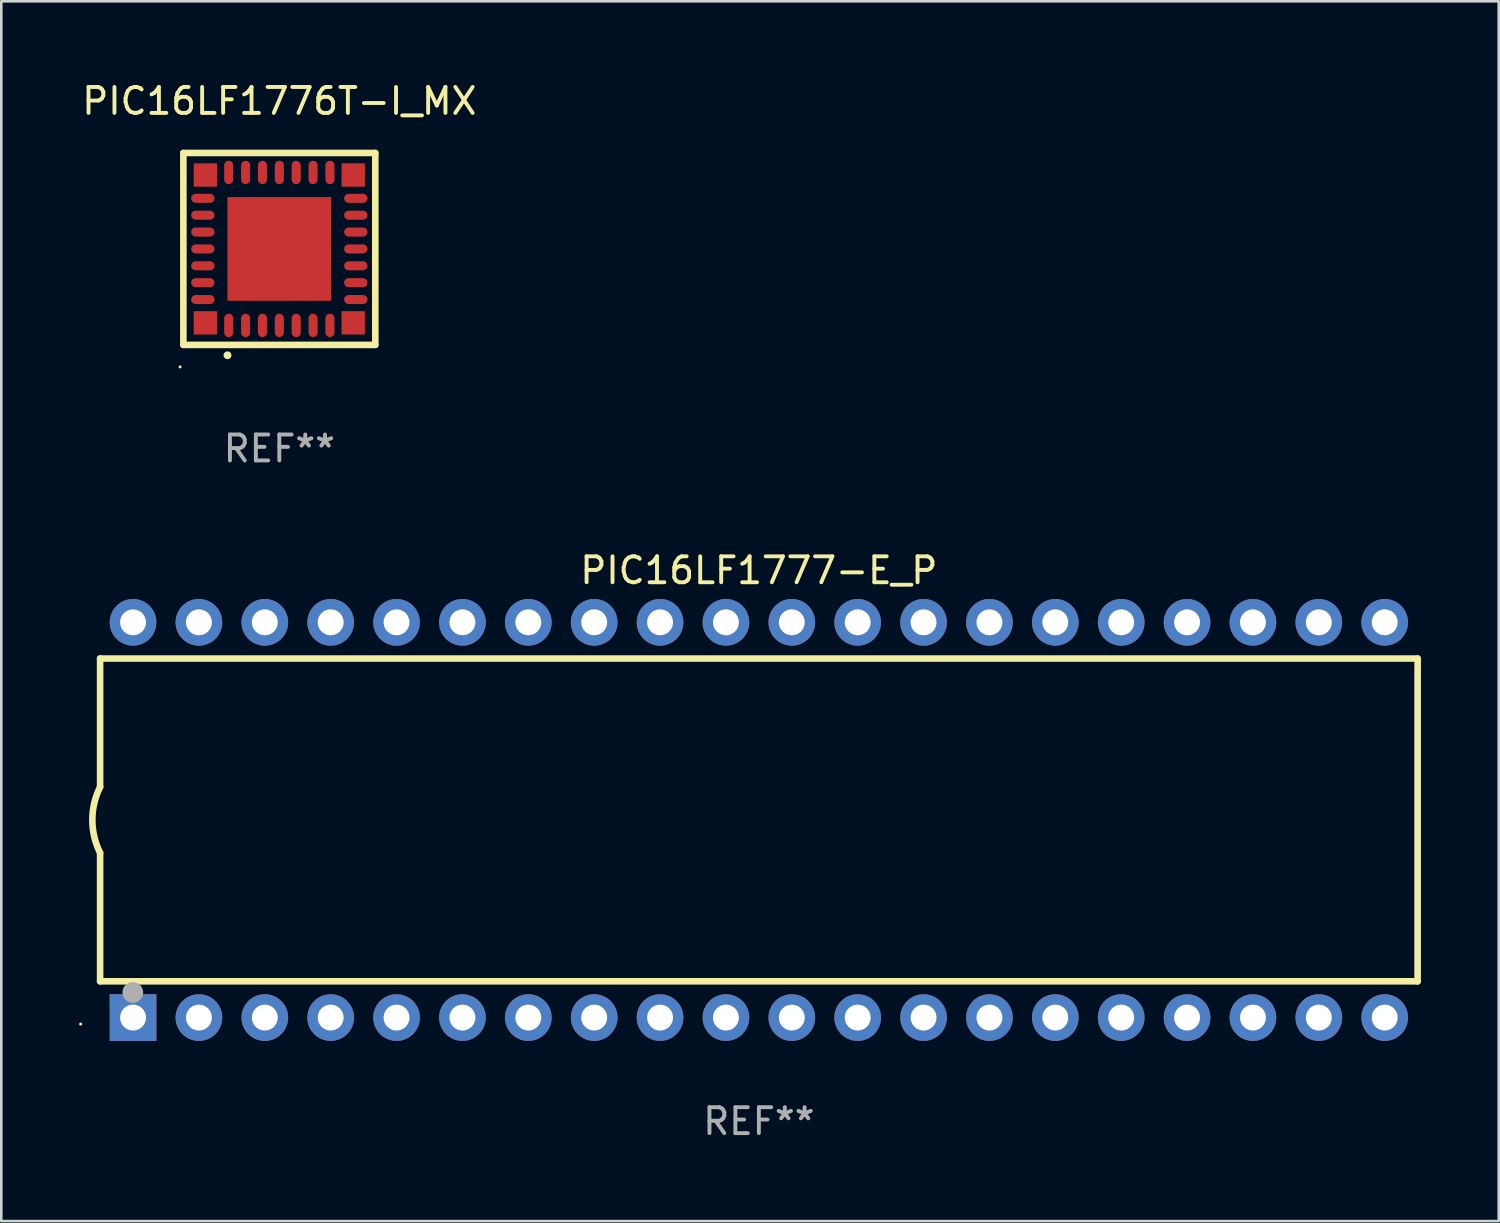
<source format=kicad_pcb>
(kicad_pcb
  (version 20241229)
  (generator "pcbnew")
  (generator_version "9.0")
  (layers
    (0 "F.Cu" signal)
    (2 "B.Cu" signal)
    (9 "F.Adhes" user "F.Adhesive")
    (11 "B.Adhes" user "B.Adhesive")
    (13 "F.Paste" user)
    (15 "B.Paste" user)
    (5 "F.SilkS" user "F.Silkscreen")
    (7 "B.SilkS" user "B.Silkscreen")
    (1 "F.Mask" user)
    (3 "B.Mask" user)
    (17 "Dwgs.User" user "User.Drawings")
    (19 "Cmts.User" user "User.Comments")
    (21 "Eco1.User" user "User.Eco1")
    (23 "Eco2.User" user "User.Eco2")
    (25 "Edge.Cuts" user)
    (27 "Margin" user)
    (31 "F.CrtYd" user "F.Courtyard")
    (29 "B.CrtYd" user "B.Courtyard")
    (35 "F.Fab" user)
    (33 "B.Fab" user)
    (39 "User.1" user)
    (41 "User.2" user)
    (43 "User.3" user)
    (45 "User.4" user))
  (footprint "PIC16LF1777-E_P"
    (layer "F.Cu")
    (at 26.21 28.565)
    (property "Reference" "PIC16LF1777-E_P" (at 0 -9.62 0) (layer "F.SilkS") (effects (font (size 1 1) (thickness 0.15))))
    (attr through_hole)
    (fp_line (start -25.4 -6.224) (end -25.4 -1.271) (stroke (width 0.254) (type solid)) (layer "F.SilkS"))
    (fp_line (start -25.4 -6.224) (end 25.4 -6.224) (stroke (width 0.254) (type solid)) (layer "F.SilkS"))
    (fp_line (start -25.4 1.269) (end -25.4 6.222) (stroke (width 0.254) (type solid)) (layer "F.SilkS"))
    (fp_line (start -25.4 6.222) (end 25.4 6.222) (stroke (width 0.254) (type solid)) (layer "F.SilkS"))
    (fp_line (start 25.4 6.222) (end 25.4 -6.224) (stroke (width 0.254) (type solid)) (layer "F.SilkS"))
    (fp_arc (start -25.4 1.269241) (mid -25.699807 -0.000762) (end -25.4 -1.270765) (stroke (width 0.254001) (type solid)) (layer "F.SilkS"))
    (fp_circle (center -26.15 7.87) (end -26.12 7.87) (stroke (width 0.06) (type solid)) (fill no) (layer "F.SilkS"))
    (fp_circle (center -24.14 6.65) (end -23.94 6.65) (stroke (width 0.4) (type solid)) (fill no) (layer "F.Fab"))
    (fp_text user "REF**" (at 0 11.62 0) (layer "F.Fab") (effects (font (size 1 1) (thickness 0.15))))
    (pad "1" thru_hole rect (at -24.13 7.62 90) (size 1.8 1.8) (drill 1) (layers "*.Cu" "*.Mask"))
    (pad "2" thru_hole circle (at -21.59 7.62) (size 1.8 1.8) (drill 1) (layers "*.Cu" "*.Mask"))
    (pad "3" thru_hole circle (at -19.05 7.62) (size 1.8 1.8) (drill 1) (layers "*.Cu" "*.Mask"))
    (pad "4" thru_hole circle (at -16.51 7.62) (size 1.8 1.8) (drill 1) (layers "*.Cu" "*.Mask"))
    (pad "5" thru_hole circle (at -13.97 7.62) (size 1.8 1.8) (drill 1) (layers "*.Cu" "*.Mask"))
    (pad "6" thru_hole circle (at -11.43 7.62) (size 1.8 1.8) (drill 1) (layers "*.Cu" "*.Mask"))
    (pad "7" thru_hole circle (at -8.89 7.62) (size 1.8 1.8) (drill 1) (layers "*.Cu" "*.Mask"))
    (pad "8" thru_hole circle (at -6.35 7.62) (size 1.8 1.8) (drill 1) (layers "*.Cu" "*.Mask"))
    (pad "9" thru_hole circle (at -3.81 7.62) (size 1.8 1.8) (drill 1) (layers "*.Cu" "*.Mask"))
    (pad "10" thru_hole circle (at -1.27 7.62) (size 1.8 1.8) (drill 1) (layers "*.Cu" "*.Mask"))
    (pad "11" thru_hole circle (at 1.27 7.62) (size 1.8 1.8) (drill 1) (layers "*.Cu" "*.Mask"))
    (pad "12" thru_hole circle (at 3.81 7.62) (size 1.8 1.8) (drill 1) (layers "*.Cu" "*.Mask"))
    (pad "13" thru_hole circle (at 6.35 7.62) (size 1.8 1.8) (drill 1) (layers "*.Cu" "*.Mask"))
    (pad "14" thru_hole circle (at 8.89 7.62) (size 1.8 1.8) (drill 1) (layers "*.Cu" "*.Mask"))
    (pad "15" thru_hole circle (at 11.43 7.62) (size 1.8 1.8) (drill 1) (layers "*.Cu" "*.Mask"))
    (pad "16" thru_hole circle (at 13.97 7.62) (size 1.8 1.8) (drill 1) (layers "*.Cu" "*.Mask"))
    (pad "17" thru_hole circle (at 16.51 7.62) (size 1.8 1.8) (drill 1) (layers "*.Cu" "*.Mask"))
    (pad "18" thru_hole circle (at 19.05 7.62) (size 1.8 1.8) (drill 1) (layers "*.Cu" "*.Mask"))
    (pad "19" thru_hole circle (at 21.59 7.62) (size 1.8 1.8) (drill 1) (layers "*.Cu" "*.Mask"))
    (pad "20" thru_hole circle (at 24.13 7.62) (size 1.8 1.8) (drill 1) (layers "*.Cu" "*.Mask"))
    (pad "21" thru_hole circle (at 24.13 -7.62) (size 1.8 1.8) (drill 1) (layers "*.Cu" "*.Mask"))
    (pad "22" thru_hole circle (at 21.59 -7.62) (size 1.8 1.8) (drill 1) (layers "*.Cu" "*.Mask"))
    (pad "23" thru_hole circle (at 19.05 -7.62) (size 1.8 1.8) (drill 1) (layers "*.Cu" "*.Mask"))
    (pad "24" thru_hole circle (at 16.51 -7.62) (size 1.8 1.8) (drill 1) (layers "*.Cu" "*.Mask"))
    (pad "25" thru_hole circle (at 13.97 -7.62) (size 1.8 1.8) (drill 1) (layers "*.Cu" "*.Mask"))
    (pad "26" thru_hole circle (at 11.43 -7.62) (size 1.8 1.8) (drill 1) (layers "*.Cu" "*.Mask"))
    (pad "27" thru_hole circle (at 8.89 -7.62) (size 1.8 1.8) (drill 1) (layers "*.Cu" "*.Mask"))
    (pad "28" thru_hole circle (at 6.35 -7.62) (size 1.8 1.8) (drill 1) (layers "*.Cu" "*.Mask"))
    (pad "29" thru_hole circle (at 3.81 -7.62) (size 1.8 1.8) (drill 1) (layers "*.Cu" "*.Mask"))
    (pad "30" thru_hole circle (at 1.27 -7.62) (size 1.8 1.8) (drill 1) (layers "*.Cu" "*.Mask"))
    (pad "31" thru_hole circle (at -1.27 -7.62) (size 1.8 1.8) (drill 1) (layers "*.Cu" "*.Mask"))
    (pad "32" thru_hole circle (at -3.81 -7.62) (size 1.8 1.8) (drill 1) (layers "*.Cu" "*.Mask"))
    (pad "33" thru_hole circle (at -6.35 -7.62) (size 1.8 1.8) (drill 1) (layers "*.Cu" "*.Mask"))
    (pad "34" thru_hole circle (at -8.89 -7.62) (size 1.8 1.8) (drill 1) (layers "*.Cu" "*.Mask"))
    (pad "35" thru_hole circle (at -11.43 -7.62) (size 1.8 1.8) (drill 1) (layers "*.Cu" "*.Mask"))
    (pad "36" thru_hole circle (at -13.97 -7.62) (size 1.8 1.8) (drill 1) (layers "*.Cu" "*.Mask"))
    (pad "37" thru_hole circle (at -16.51 -7.62) (size 1.8 1.8) (drill 1) (layers "*.Cu" "*.Mask"))
    (pad "38" thru_hole circle (at -19.05 -7.62) (size 1.8 1.8) (drill 1) (layers "*.Cu" "*.Mask"))
    (pad "39" thru_hole circle (at -21.59 -7.62) (size 1.8 1.8) (drill 1) (layers "*.Cu" "*.Mask"))
    (pad "40" thru_hole circle (at -24.13 -7.62) (size 1.8 1.8) (drill 1) (layers "*.Cu" "*.Mask")))
  (footprint "PIC16LF1776T-I_MX"
    (layer "F.Cu")
    (at 7.72 6.548)
    (property "Reference" "PIC16LF1776T-I_MX" (at 0 -5.7 0) (layer "F.SilkS") (effects (font (size 1 1) (thickness 0.15))))
    (attr through_hole)
    (fp_line (start -3.7 -3.7) (end 3.7 -3.7) (stroke (width 0.254) (type solid)) (layer "F.SilkS"))
    (fp_line (start -3.7 3.7) (end -3.7 -3.7) (stroke (width 0.254) (type solid)) (layer "F.SilkS"))
    (fp_line (start 3.7 -3.7) (end 3.7 3.7) (stroke (width 0.254) (type solid)) (layer "F.SilkS"))
    (fp_line (start 3.7 3.7) (end -3.7 3.7) (stroke (width 0.254) (type solid)) (layer "F.SilkS"))
    (fp_arc (start -2 4.1) (mid -1.99873 4.099995) (end -1.99746 4.1) (stroke (width 0.3) (type solid)) (layer "F.SilkS"))
    (fp_circle (center -3.827 4.55) (end -3.797 4.55) (stroke (width 0.06) (type solid)) (fill no) (layer "F.SilkS"))
    (fp_text user "REF**" (at 0 7.7 0) (layer "F.Fab") (effects (font (size 1 1) (thickness 0.15))))
    (pad "1" smd oval (at -1.951 2.949 180) (size 0.35 0.9) (layers "F.Cu" "F.Mask" "F.Paste"))
    (pad "2" smd oval (at -1.3 2.949 180) (size 0.35 0.9) (layers "F.Cu" "F.Mask" "F.Paste"))
    (pad "3" smd oval (at -0.65 2.949 180) (size 0.35 0.9) (layers "F.Cu" "F.Mask" "F.Paste"))
    (pad "4" smd oval (at 0.000051 2.949 180) (size 0.35 0.9) (layers "F.Cu" "F.Mask" "F.Paste"))
    (pad "5" smd oval (at 0.65 2.949 180) (size 0.35 0.9) (layers "F.Cu" "F.Mask" "F.Paste"))
    (pad "6" smd oval (at 1.301 2.949 180) (size 0.35 0.9) (layers "F.Cu" "F.Mask" "F.Paste"))
    (pad "7" smd oval (at 1.951 2.949 180) (size 0.35 0.9) (layers "F.Cu" "F.Mask" "F.Paste"))
    (pad "8" smd oval (at 2.949 1.951 90) (size 0.35 0.9) (layers "F.Cu" "F.Mask" "F.Paste"))
    (pad "9" smd oval (at 2.949 1.301 90) (size 0.35 0.9) (layers "F.Cu" "F.Mask" "F.Paste"))
    (pad "10" smd oval (at 2.949 0.65 90) (size 0.35 0.9) (layers "F.Cu" "F.Mask" "F.Paste"))
    (pad "11" smd oval (at 2.949 0.000051 90) (size 0.35 0.9) (layers "F.Cu" "F.Mask" "F.Paste"))
    (pad "12" smd oval (at 2.949 -0.65 90) (size 0.35 0.9) (layers "F.Cu" "F.Mask" "F.Paste"))
    (pad "13" smd oval (at 2.949 -1.3 90) (size 0.35 0.9) (layers "F.Cu" "F.Mask" "F.Paste"))
    (pad "14" smd oval (at 2.949 -1.951 90) (size 0.35 0.9) (layers "F.Cu" "F.Mask" "F.Paste"))
    (pad "15" smd oval (at 1.951 -2.949 180) (size 0.35 0.9) (layers "F.Cu" "F.Mask" "F.Paste"))
    (pad "16" smd oval (at 1.301 -2.949 180) (size 0.35 0.9) (layers "F.Cu" "F.Mask" "F.Paste"))
    (pad "17" smd oval (at 0.65 -2.949 180) (size 0.35 0.9) (layers "F.Cu" "F.Mask" "F.Paste"))
    (pad "18" smd oval (at 0.000051 -2.949 180) (size 0.35 0.9) (layers "F.Cu" "F.Mask" "F.Paste"))
    (pad "19" smd oval (at -0.65 -2.949 180) (size 0.35 0.9) (layers "F.Cu" "F.Mask" "F.Paste"))
    (pad "20" smd oval (at -1.3 -2.949 180) (size 0.35 0.9) (layers "F.Cu" "F.Mask" "F.Paste"))
    (pad "21" smd oval (at -1.951 -2.949 180) (size 0.35 0.9) (layers "F.Cu" "F.Mask" "F.Paste"))
    (pad "22" smd oval (at -2.949 -1.951 90) (size 0.35 0.9) (layers "F.Cu" "F.Mask" "F.Paste"))
    (pad "23" smd oval (at -2.949 -1.3 90) (size 0.35 0.9) (layers "F.Cu" "F.Mask" "F.Paste"))
    (pad "24" smd oval (at -2.949 -0.65 90) (size 0.35 0.9) (layers "F.Cu" "F.Mask" "F.Paste"))
    (pad "25" smd oval (at -2.949 0.000051 90) (size 0.35 0.9) (layers "F.Cu" "F.Mask" "F.Paste"))
    (pad "26" smd oval (at -2.949 0.65 90) (size 0.35 0.9) (layers "F.Cu" "F.Mask" "F.Paste"))
    (pad "27" smd oval (at -2.949 1.301 90) (size 0.35 0.9) (layers "F.Cu" "F.Mask" "F.Paste"))
    (pad "28" smd oval (at -2.949 1.951 90) (size 0.35 0.9) (layers "F.Cu" "F.Mask" "F.Paste"))
    (pad "29" smd rect (at -2.85 -2.85 90) (size 0.9 0.9) (layers "F.Cu" "F.Mask" "F.Paste"))
    (pad "29" smd rect (at -2.85 2.85 90) (size 0.9 0.9) (layers "F.Cu" "F.Mask" "F.Paste"))
    (pad "29" smd rect (at 0.000051 0.000051 90) (size 4 4) (layers "F.Cu" "F.Mask" "F.Paste"))
    (pad "29" smd rect (at 2.85 -2.85 90) (size 0.9 0.9) (layers "F.Cu" "F.Mask" "F.Paste"))
    (pad "29" smd rect (at 2.85 2.85 90) (size 0.9 0.9) (layers "F.Cu" "F.Mask" "F.Paste")))
  (gr_rect
    (start -3 -3)
    (end 54.737 44.033)
    (stroke (width 0.1) (type default))
    (fill no)
    (layer "Edge.Cuts")))
</source>
